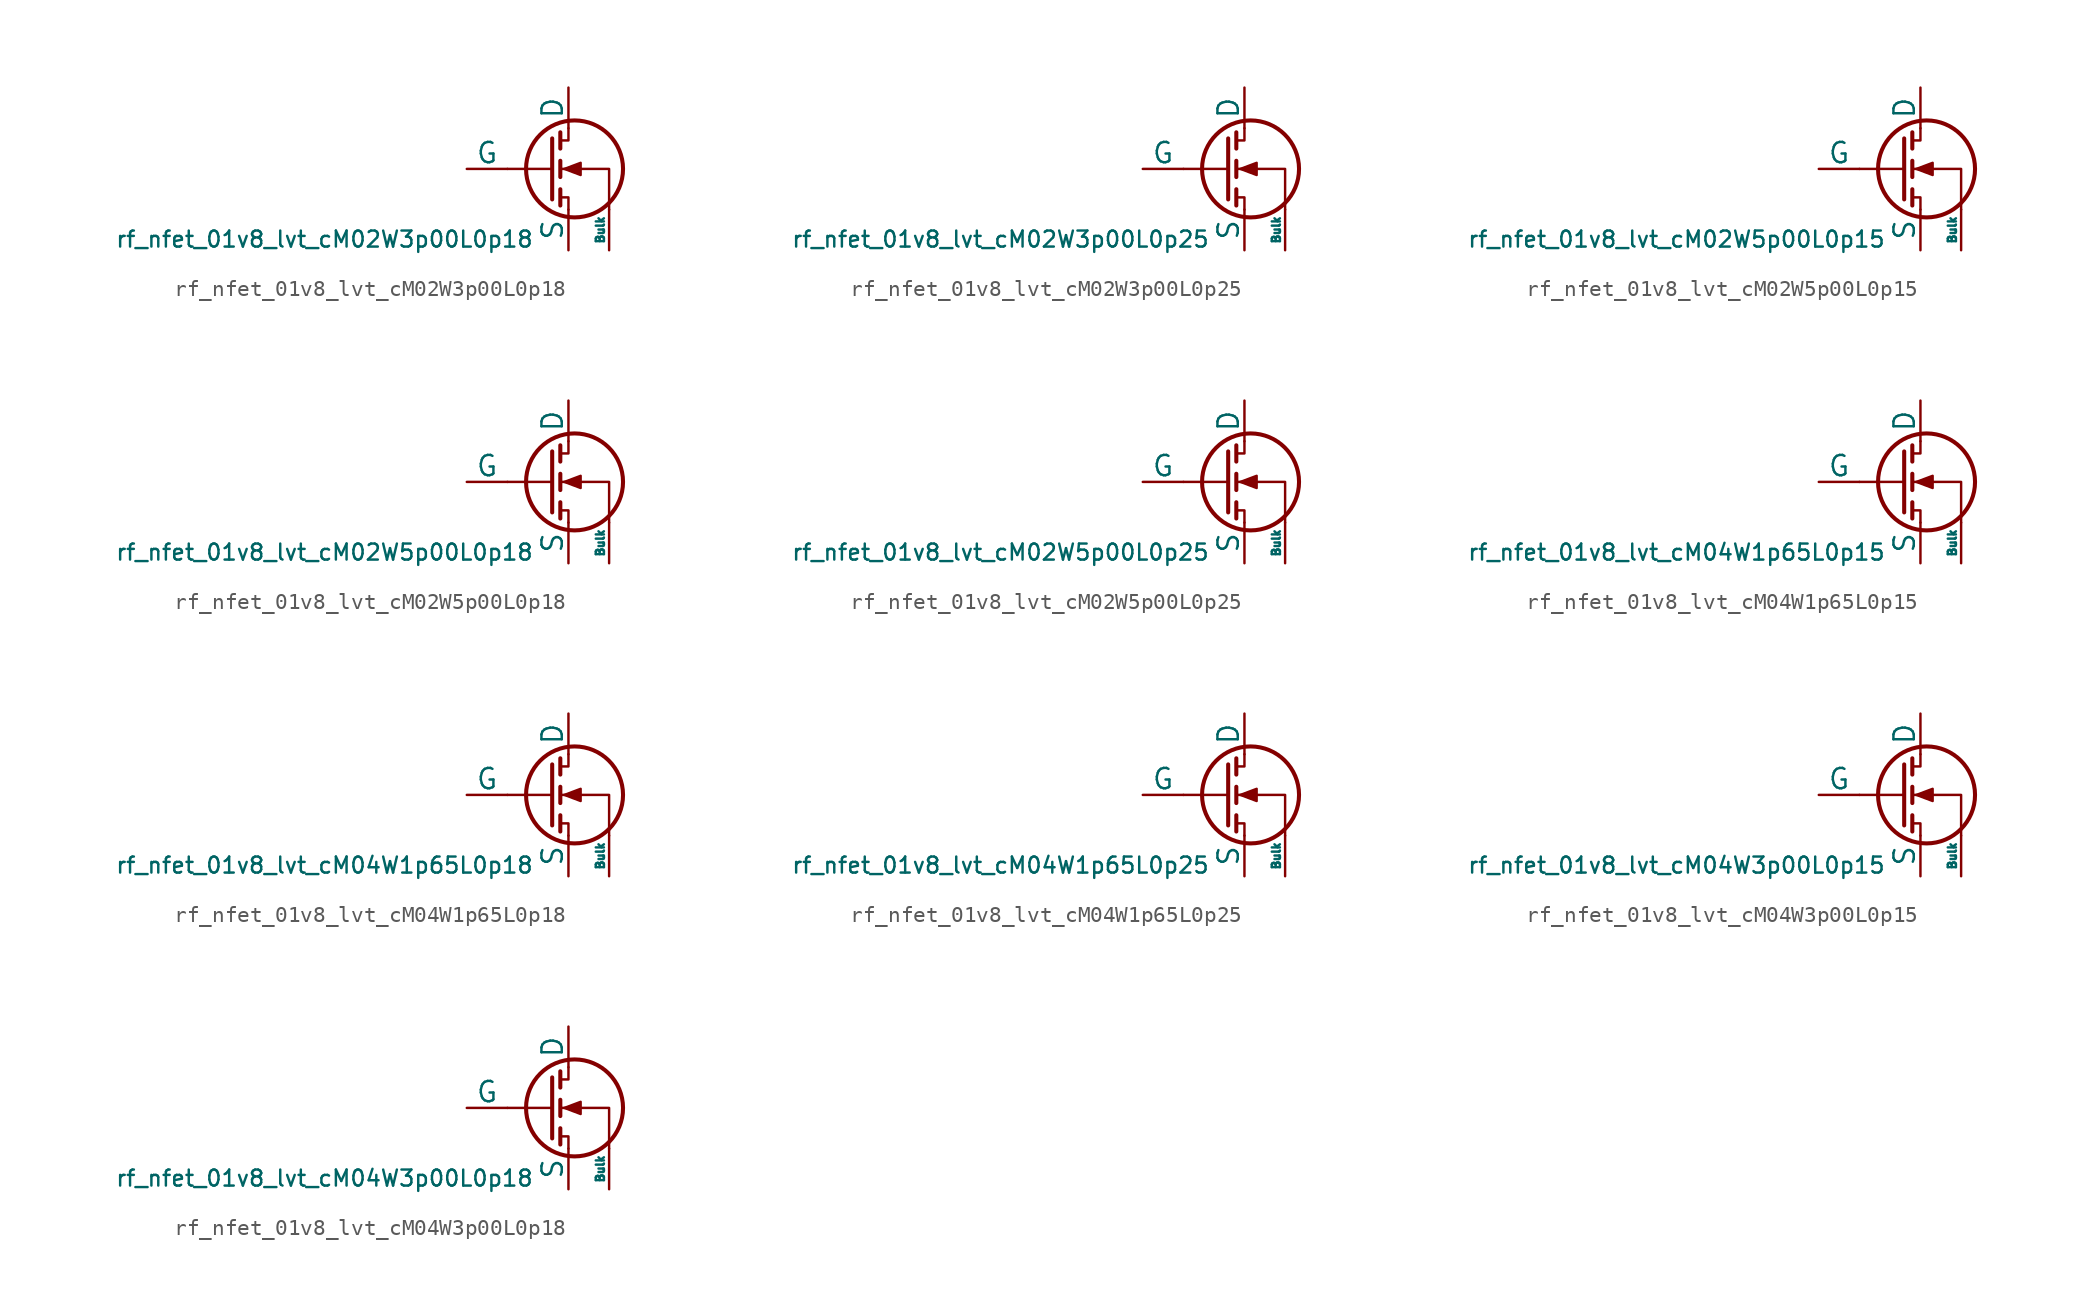
<source format=kicad_sym>
(kicad_symbol_lib
  (version 20211014)
  (generator pdk2kicad)
  (symbol "rf_nfet_01v8_lvt_cM02W3p00L0p18"
    (pin_numbers hide)
    (pin_names
      (offset 0))
    (property "Reference" "Q"
      (at 0 0 0)
      (effects (font (size 1 1)) hide))
    (property "Value" "rf_nfet_01v8_lvt_cM02W3p00L0p18"
      (at -12.7 -3.81 0)
      (effects (font (size 1 1)) (justify top)))
    (polyline
      (pts (xy 1.524 0) (xy -1.27 0))
      (stroke (width 0) (type default))
      (fill (type none)))
    (polyline
      (pts (xy 1.524 1.905) (xy 1.524 -1.905))
      (stroke (width 0.254) (type default))
      (fill (type none)))
    (polyline
      (pts (xy 2.032 -1.27) (xy 2.032 -2.286))
      (stroke (width 0.254) (type default))
      (fill (type none)))
    (polyline
      (pts (xy 2.032 0.508) (xy 2.032 -0.508))
      (stroke (width 0.254) (type default))
      (fill (type none)))
    (polyline
      (pts (xy 2.032 2.286) (xy 2.032 1.27))
      (stroke (width 0.254) (type default))
      (fill (type none)))
    (polyline
      (pts (xy 2.032 1.778) (xy 2.54 1.778) (xy 2.54 2.54))
      (stroke (width 0) (type default))
      (fill (type none)))
    (polyline
      (pts (xy 2.54 -2.54) (xy 2.54 -1.778) (xy 2.032 -1.778))
      (stroke (width 0) (type default))
      (fill (type none)))
    (polyline
      (pts (xy 5.08 -2.54) (xy 5.08 0) (xy 2.032 0))
      (stroke (width 0) (type default))
      (fill (type none)))
    (polyline
      (pts (xy 2.286 0) (xy 3.302 0.381) (xy 3.302 -0.381) (xy 2.286 0))
      (stroke (width 0) (type default))
      (fill (type outline)))
    (circle
      (center 2.921 0)
      (radius 3.029)
      (stroke (width 0.254) (type default))
      (fill (type none)))
    (pin passive line
      (at 2.54 5.08 270)
      (length 2.54)
      (name "D" (effects (font (size 1.27 1.27))))
      (number "1" (effects (font (size 1.27 1.27)))))
    (pin input line
      (at -3.81 0 0)
      (length 2.54)
      (name "G" (effects (font (size 1.27 1.27))))
      (number "2" (effects (font (size 1.27 1.27)))))
    (pin passive line
      (at 2.54 -5.08 90)
      (length 2.54)
      (name "S" (effects (font (size 1.27 1.27))))
      (number "3" (effects (font (size 1.27 1.27)))))
    (pin input line
      (at 5.08 -5.08 90)
      (length 2.54)
      (name "Bulk" (effects (font (size 0.508 0.508))))
      (number "4" (effects (font (size 1.27 1.27))))))
  (symbol "rf_nfet_01v8_lvt_cM02W3p00L0p25"
    (pin_numbers hide)
    (pin_names
      (offset 0))
    (property "Reference" "Q"
      (at 0 0 0)
      (effects (font (size 1 1)) hide))
    (property "Value" "rf_nfet_01v8_lvt_cM02W3p00L0p25"
      (at -12.7 -3.81 0)
      (effects (font (size 1 1)) (justify top)))
    (polyline
      (pts (xy 1.524 0) (xy -1.27 0))
      (stroke (width 0) (type default))
      (fill (type none)))
    (polyline
      (pts (xy 1.524 1.905) (xy 1.524 -1.905))
      (stroke (width 0.254) (type default))
      (fill (type none)))
    (polyline
      (pts (xy 2.032 -1.27) (xy 2.032 -2.286))
      (stroke (width 0.254) (type default))
      (fill (type none)))
    (polyline
      (pts (xy 2.032 0.508) (xy 2.032 -0.508))
      (stroke (width 0.254) (type default))
      (fill (type none)))
    (polyline
      (pts (xy 2.032 2.286) (xy 2.032 1.27))
      (stroke (width 0.254) (type default))
      (fill (type none)))
    (polyline
      (pts (xy 2.032 1.778) (xy 2.54 1.778) (xy 2.54 2.54))
      (stroke (width 0) (type default))
      (fill (type none)))
    (polyline
      (pts (xy 2.54 -2.54) (xy 2.54 -1.778) (xy 2.032 -1.778))
      (stroke (width 0) (type default))
      (fill (type none)))
    (polyline
      (pts (xy 5.08 -2.54) (xy 5.08 0) (xy 2.032 0))
      (stroke (width 0) (type default))
      (fill (type none)))
    (polyline
      (pts (xy 2.286 0) (xy 3.302 0.381) (xy 3.302 -0.381) (xy 2.286 0))
      (stroke (width 0) (type default))
      (fill (type outline)))
    (circle
      (center 2.921 0)
      (radius 3.029)
      (stroke (width 0.254) (type default))
      (fill (type none)))
    (pin passive line
      (at 2.54 5.08 270)
      (length 2.54)
      (name "D" (effects (font (size 1.27 1.27))))
      (number "1" (effects (font (size 1.27 1.27)))))
    (pin input line
      (at -3.81 0 0)
      (length 2.54)
      (name "G" (effects (font (size 1.27 1.27))))
      (number "2" (effects (font (size 1.27 1.27)))))
    (pin passive line
      (at 2.54 -5.08 90)
      (length 2.54)
      (name "S" (effects (font (size 1.27 1.27))))
      (number "3" (effects (font (size 1.27 1.27)))))
    (pin input line
      (at 5.08 -5.08 90)
      (length 2.54)
      (name "Bulk" (effects (font (size 0.508 0.508))))
      (number "4" (effects (font (size 1.27 1.27))))))
  (symbol "rf_nfet_01v8_lvt_cM02W5p00L0p15"
    (pin_numbers hide)
    (pin_names
      (offset 0))
    (property "Reference" "Q"
      (at 0 0 0)
      (effects (font (size 1 1)) hide))
    (property "Value" "rf_nfet_01v8_lvt_cM02W5p00L0p15"
      (at -12.7 -3.81 0)
      (effects (font (size 1 1)) (justify top)))
    (polyline
      (pts (xy 1.524 0) (xy -1.27 0))
      (stroke (width 0) (type default))
      (fill (type none)))
    (polyline
      (pts (xy 1.524 1.905) (xy 1.524 -1.905))
      (stroke (width 0.254) (type default))
      (fill (type none)))
    (polyline
      (pts (xy 2.032 -1.27) (xy 2.032 -2.286))
      (stroke (width 0.254) (type default))
      (fill (type none)))
    (polyline
      (pts (xy 2.032 0.508) (xy 2.032 -0.508))
      (stroke (width 0.254) (type default))
      (fill (type none)))
    (polyline
      (pts (xy 2.032 2.286) (xy 2.032 1.27))
      (stroke (width 0.254) (type default))
      (fill (type none)))
    (polyline
      (pts (xy 2.032 1.778) (xy 2.54 1.778) (xy 2.54 2.54))
      (stroke (width 0) (type default))
      (fill (type none)))
    (polyline
      (pts (xy 2.54 -2.54) (xy 2.54 -1.778) (xy 2.032 -1.778))
      (stroke (width 0) (type default))
      (fill (type none)))
    (polyline
      (pts (xy 5.08 -2.54) (xy 5.08 0) (xy 2.032 0))
      (stroke (width 0) (type default))
      (fill (type none)))
    (polyline
      (pts (xy 2.286 0) (xy 3.302 0.381) (xy 3.302 -0.381) (xy 2.286 0))
      (stroke (width 0) (type default))
      (fill (type outline)))
    (circle
      (center 2.921 0)
      (radius 3.029)
      (stroke (width 0.254) (type default))
      (fill (type none)))
    (pin passive line
      (at 2.54 5.08 270)
      (length 2.54)
      (name "D" (effects (font (size 1.27 1.27))))
      (number "1" (effects (font (size 1.27 1.27)))))
    (pin input line
      (at -3.81 0 0)
      (length 2.54)
      (name "G" (effects (font (size 1.27 1.27))))
      (number "2" (effects (font (size 1.27 1.27)))))
    (pin passive line
      (at 2.54 -5.08 90)
      (length 2.54)
      (name "S" (effects (font (size 1.27 1.27))))
      (number "3" (effects (font (size 1.27 1.27)))))
    (pin input line
      (at 5.08 -5.08 90)
      (length 2.54)
      (name "Bulk" (effects (font (size 0.508 0.508))))
      (number "4" (effects (font (size 1.27 1.27))))))
  (symbol "rf_nfet_01v8_lvt_cM02W5p00L0p18"
    (pin_numbers hide)
    (pin_names
      (offset 0))
    (property "Reference" "Q"
      (at 0 0 0)
      (effects (font (size 1 1)) hide))
    (property "Value" "rf_nfet_01v8_lvt_cM02W5p00L0p18"
      (at -12.7 -3.81 0)
      (effects (font (size 1 1)) (justify top)))
    (polyline
      (pts (xy 1.524 0) (xy -1.27 0))
      (stroke (width 0) (type default))
      (fill (type none)))
    (polyline
      (pts (xy 1.524 1.905) (xy 1.524 -1.905))
      (stroke (width 0.254) (type default))
      (fill (type none)))
    (polyline
      (pts (xy 2.032 -1.27) (xy 2.032 -2.286))
      (stroke (width 0.254) (type default))
      (fill (type none)))
    (polyline
      (pts (xy 2.032 0.508) (xy 2.032 -0.508))
      (stroke (width 0.254) (type default))
      (fill (type none)))
    (polyline
      (pts (xy 2.032 2.286) (xy 2.032 1.27))
      (stroke (width 0.254) (type default))
      (fill (type none)))
    (polyline
      (pts (xy 2.032 1.778) (xy 2.54 1.778) (xy 2.54 2.54))
      (stroke (width 0) (type default))
      (fill (type none)))
    (polyline
      (pts (xy 2.54 -2.54) (xy 2.54 -1.778) (xy 2.032 -1.778))
      (stroke (width 0) (type default))
      (fill (type none)))
    (polyline
      (pts (xy 5.08 -2.54) (xy 5.08 0) (xy 2.032 0))
      (stroke (width 0) (type default))
      (fill (type none)))
    (polyline
      (pts (xy 2.286 0) (xy 3.302 0.381) (xy 3.302 -0.381) (xy 2.286 0))
      (stroke (width 0) (type default))
      (fill (type outline)))
    (circle
      (center 2.921 0)
      (radius 3.029)
      (stroke (width 0.254) (type default))
      (fill (type none)))
    (pin passive line
      (at 2.54 5.08 270)
      (length 2.54)
      (name "D" (effects (font (size 1.27 1.27))))
      (number "1" (effects (font (size 1.27 1.27)))))
    (pin input line
      (at -3.81 0 0)
      (length 2.54)
      (name "G" (effects (font (size 1.27 1.27))))
      (number "2" (effects (font (size 1.27 1.27)))))
    (pin passive line
      (at 2.54 -5.08 90)
      (length 2.54)
      (name "S" (effects (font (size 1.27 1.27))))
      (number "3" (effects (font (size 1.27 1.27)))))
    (pin input line
      (at 5.08 -5.08 90)
      (length 2.54)
      (name "Bulk" (effects (font (size 0.508 0.508))))
      (number "4" (effects (font (size 1.27 1.27))))))
  (symbol "rf_nfet_01v8_lvt_cM02W5p00L0p25"
    (pin_numbers hide)
    (pin_names
      (offset 0))
    (property "Reference" "Q"
      (at 0 0 0)
      (effects (font (size 1 1)) hide))
    (property "Value" "rf_nfet_01v8_lvt_cM02W5p00L0p25"
      (at -12.7 -3.81 0)
      (effects (font (size 1 1)) (justify top)))
    (polyline
      (pts (xy 1.524 0) (xy -1.27 0))
      (stroke (width 0) (type default))
      (fill (type none)))
    (polyline
      (pts (xy 1.524 1.905) (xy 1.524 -1.905))
      (stroke (width 0.254) (type default))
      (fill (type none)))
    (polyline
      (pts (xy 2.032 -1.27) (xy 2.032 -2.286))
      (stroke (width 0.254) (type default))
      (fill (type none)))
    (polyline
      (pts (xy 2.032 0.508) (xy 2.032 -0.508))
      (stroke (width 0.254) (type default))
      (fill (type none)))
    (polyline
      (pts (xy 2.032 2.286) (xy 2.032 1.27))
      (stroke (width 0.254) (type default))
      (fill (type none)))
    (polyline
      (pts (xy 2.032 1.778) (xy 2.54 1.778) (xy 2.54 2.54))
      (stroke (width 0) (type default))
      (fill (type none)))
    (polyline
      (pts (xy 2.54 -2.54) (xy 2.54 -1.778) (xy 2.032 -1.778))
      (stroke (width 0) (type default))
      (fill (type none)))
    (polyline
      (pts (xy 5.08 -2.54) (xy 5.08 0) (xy 2.032 0))
      (stroke (width 0) (type default))
      (fill (type none)))
    (polyline
      (pts (xy 2.286 0) (xy 3.302 0.381) (xy 3.302 -0.381) (xy 2.286 0))
      (stroke (width 0) (type default))
      (fill (type outline)))
    (circle
      (center 2.921 0)
      (radius 3.029)
      (stroke (width 0.254) (type default))
      (fill (type none)))
    (pin passive line
      (at 2.54 5.08 270)
      (length 2.54)
      (name "D" (effects (font (size 1.27 1.27))))
      (number "1" (effects (font (size 1.27 1.27)))))
    (pin input line
      (at -3.81 0 0)
      (length 2.54)
      (name "G" (effects (font (size 1.27 1.27))))
      (number "2" (effects (font (size 1.27 1.27)))))
    (pin passive line
      (at 2.54 -5.08 90)
      (length 2.54)
      (name "S" (effects (font (size 1.27 1.27))))
      (number "3" (effects (font (size 1.27 1.27)))))
    (pin input line
      (at 5.08 -5.08 90)
      (length 2.54)
      (name "Bulk" (effects (font (size 0.508 0.508))))
      (number "4" (effects (font (size 1.27 1.27))))))
  (symbol "rf_nfet_01v8_lvt_cM04W1p65L0p15"
    (pin_numbers hide)
    (pin_names
      (offset 0))
    (property "Reference" "Q"
      (at 0 0 0)
      (effects (font (size 1 1)) hide))
    (property "Value" "rf_nfet_01v8_lvt_cM04W1p65L0p15"
      (at -12.7 -3.81 0)
      (effects (font (size 1 1)) (justify top)))
    (polyline
      (pts (xy 1.524 0) (xy -1.27 0))
      (stroke (width 0) (type default))
      (fill (type none)))
    (polyline
      (pts (xy 1.524 1.905) (xy 1.524 -1.905))
      (stroke (width 0.254) (type default))
      (fill (type none)))
    (polyline
      (pts (xy 2.032 -1.27) (xy 2.032 -2.286))
      (stroke (width 0.254) (type default))
      (fill (type none)))
    (polyline
      (pts (xy 2.032 0.508) (xy 2.032 -0.508))
      (stroke (width 0.254) (type default))
      (fill (type none)))
    (polyline
      (pts (xy 2.032 2.286) (xy 2.032 1.27))
      (stroke (width 0.254) (type default))
      (fill (type none)))
    (polyline
      (pts (xy 2.032 1.778) (xy 2.54 1.778) (xy 2.54 2.54))
      (stroke (width 0) (type default))
      (fill (type none)))
    (polyline
      (pts (xy 2.54 -2.54) (xy 2.54 -1.778) (xy 2.032 -1.778))
      (stroke (width 0) (type default))
      (fill (type none)))
    (polyline
      (pts (xy 5.08 -2.54) (xy 5.08 0) (xy 2.032 0))
      (stroke (width 0) (type default))
      (fill (type none)))
    (polyline
      (pts (xy 2.286 0) (xy 3.302 0.381) (xy 3.302 -0.381) (xy 2.286 0))
      (stroke (width 0) (type default))
      (fill (type outline)))
    (circle
      (center 2.921 0)
      (radius 3.029)
      (stroke (width 0.254) (type default))
      (fill (type none)))
    (pin passive line
      (at 2.54 5.08 270)
      (length 2.54)
      (name "D" (effects (font (size 1.27 1.27))))
      (number "1" (effects (font (size 1.27 1.27)))))
    (pin input line
      (at -3.81 0 0)
      (length 2.54)
      (name "G" (effects (font (size 1.27 1.27))))
      (number "2" (effects (font (size 1.27 1.27)))))
    (pin passive line
      (at 2.54 -5.08 90)
      (length 2.54)
      (name "S" (effects (font (size 1.27 1.27))))
      (number "3" (effects (font (size 1.27 1.27)))))
    (pin input line
      (at 5.08 -5.08 90)
      (length 2.54)
      (name "Bulk" (effects (font (size 0.508 0.508))))
      (number "4" (effects (font (size 1.27 1.27))))))
  (symbol "rf_nfet_01v8_lvt_cM04W1p65L0p18"
    (pin_numbers hide)
    (pin_names
      (offset 0))
    (property "Reference" "Q"
      (at 0 0 0)
      (effects (font (size 1 1)) hide))
    (property "Value" "rf_nfet_01v8_lvt_cM04W1p65L0p18"
      (at -12.7 -3.81 0)
      (effects (font (size 1 1)) (justify top)))
    (polyline
      (pts (xy 1.524 0) (xy -1.27 0))
      (stroke (width 0) (type default))
      (fill (type none)))
    (polyline
      (pts (xy 1.524 1.905) (xy 1.524 -1.905))
      (stroke (width 0.254) (type default))
      (fill (type none)))
    (polyline
      (pts (xy 2.032 -1.27) (xy 2.032 -2.286))
      (stroke (width 0.254) (type default))
      (fill (type none)))
    (polyline
      (pts (xy 2.032 0.508) (xy 2.032 -0.508))
      (stroke (width 0.254) (type default))
      (fill (type none)))
    (polyline
      (pts (xy 2.032 2.286) (xy 2.032 1.27))
      (stroke (width 0.254) (type default))
      (fill (type none)))
    (polyline
      (pts (xy 2.032 1.778) (xy 2.54 1.778) (xy 2.54 2.54))
      (stroke (width 0) (type default))
      (fill (type none)))
    (polyline
      (pts (xy 2.54 -2.54) (xy 2.54 -1.778) (xy 2.032 -1.778))
      (stroke (width 0) (type default))
      (fill (type none)))
    (polyline
      (pts (xy 5.08 -2.54) (xy 5.08 0) (xy 2.032 0))
      (stroke (width 0) (type default))
      (fill (type none)))
    (polyline
      (pts (xy 2.286 0) (xy 3.302 0.381) (xy 3.302 -0.381) (xy 2.286 0))
      (stroke (width 0) (type default))
      (fill (type outline)))
    (circle
      (center 2.921 0)
      (radius 3.029)
      (stroke (width 0.254) (type default))
      (fill (type none)))
    (pin passive line
      (at 2.54 5.08 270)
      (length 2.54)
      (name "D" (effects (font (size 1.27 1.27))))
      (number "1" (effects (font (size 1.27 1.27)))))
    (pin input line
      (at -3.81 0 0)
      (length 2.54)
      (name "G" (effects (font (size 1.27 1.27))))
      (number "2" (effects (font (size 1.27 1.27)))))
    (pin passive line
      (at 2.54 -5.08 90)
      (length 2.54)
      (name "S" (effects (font (size 1.27 1.27))))
      (number "3" (effects (font (size 1.27 1.27)))))
    (pin input line
      (at 5.08 -5.08 90)
      (length 2.54)
      (name "Bulk" (effects (font (size 0.508 0.508))))
      (number "4" (effects (font (size 1.27 1.27))))))
  (symbol "rf_nfet_01v8_lvt_cM04W1p65L0p25"
    (pin_numbers hide)
    (pin_names
      (offset 0))
    (property "Reference" "Q"
      (at 0 0 0)
      (effects (font (size 1 1)) hide))
    (property "Value" "rf_nfet_01v8_lvt_cM04W1p65L0p25"
      (at -12.7 -3.81 0)
      (effects (font (size 1 1)) (justify top)))
    (polyline
      (pts (xy 1.524 0) (xy -1.27 0))
      (stroke (width 0) (type default))
      (fill (type none)))
    (polyline
      (pts (xy 1.524 1.905) (xy 1.524 -1.905))
      (stroke (width 0.254) (type default))
      (fill (type none)))
    (polyline
      (pts (xy 2.032 -1.27) (xy 2.032 -2.286))
      (stroke (width 0.254) (type default))
      (fill (type none)))
    (polyline
      (pts (xy 2.032 0.508) (xy 2.032 -0.508))
      (stroke (width 0.254) (type default))
      (fill (type none)))
    (polyline
      (pts (xy 2.032 2.286) (xy 2.032 1.27))
      (stroke (width 0.254) (type default))
      (fill (type none)))
    (polyline
      (pts (xy 2.032 1.778) (xy 2.54 1.778) (xy 2.54 2.54))
      (stroke (width 0) (type default))
      (fill (type none)))
    (polyline
      (pts (xy 2.54 -2.54) (xy 2.54 -1.778) (xy 2.032 -1.778))
      (stroke (width 0) (type default))
      (fill (type none)))
    (polyline
      (pts (xy 5.08 -2.54) (xy 5.08 0) (xy 2.032 0))
      (stroke (width 0) (type default))
      (fill (type none)))
    (polyline
      (pts (xy 2.286 0) (xy 3.302 0.381) (xy 3.302 -0.381) (xy 2.286 0))
      (stroke (width 0) (type default))
      (fill (type outline)))
    (circle
      (center 2.921 0)
      (radius 3.029)
      (stroke (width 0.254) (type default))
      (fill (type none)))
    (pin passive line
      (at 2.54 5.08 270)
      (length 2.54)
      (name "D" (effects (font (size 1.27 1.27))))
      (number "1" (effects (font (size 1.27 1.27)))))
    (pin input line
      (at -3.81 0 0)
      (length 2.54)
      (name "G" (effects (font (size 1.27 1.27))))
      (number "2" (effects (font (size 1.27 1.27)))))
    (pin passive line
      (at 2.54 -5.08 90)
      (length 2.54)
      (name "S" (effects (font (size 1.27 1.27))))
      (number "3" (effects (font (size 1.27 1.27)))))
    (pin input line
      (at 5.08 -5.08 90)
      (length 2.54)
      (name "Bulk" (effects (font (size 0.508 0.508))))
      (number "4" (effects (font (size 1.27 1.27))))))
  (symbol "rf_nfet_01v8_lvt_cM04W3p00L0p15"
    (pin_numbers hide)
    (pin_names
      (offset 0))
    (property "Reference" "Q"
      (at 0 0 0)
      (effects (font (size 1 1)) hide))
    (property "Value" "rf_nfet_01v8_lvt_cM04W3p00L0p15"
      (at -12.7 -3.81 0)
      (effects (font (size 1 1)) (justify top)))
    (polyline
      (pts (xy 1.524 0) (xy -1.27 0))
      (stroke (width 0) (type default))
      (fill (type none)))
    (polyline
      (pts (xy 1.524 1.905) (xy 1.524 -1.905))
      (stroke (width 0.254) (type default))
      (fill (type none)))
    (polyline
      (pts (xy 2.032 -1.27) (xy 2.032 -2.286))
      (stroke (width 0.254) (type default))
      (fill (type none)))
    (polyline
      (pts (xy 2.032 0.508) (xy 2.032 -0.508))
      (stroke (width 0.254) (type default))
      (fill (type none)))
    (polyline
      (pts (xy 2.032 2.286) (xy 2.032 1.27))
      (stroke (width 0.254) (type default))
      (fill (type none)))
    (polyline
      (pts (xy 2.032 1.778) (xy 2.54 1.778) (xy 2.54 2.54))
      (stroke (width 0) (type default))
      (fill (type none)))
    (polyline
      (pts (xy 2.54 -2.54) (xy 2.54 -1.778) (xy 2.032 -1.778))
      (stroke (width 0) (type default))
      (fill (type none)))
    (polyline
      (pts (xy 5.08 -2.54) (xy 5.08 0) (xy 2.032 0))
      (stroke (width 0) (type default))
      (fill (type none)))
    (polyline
      (pts (xy 2.286 0) (xy 3.302 0.381) (xy 3.302 -0.381) (xy 2.286 0))
      (stroke (width 0) (type default))
      (fill (type outline)))
    (circle
      (center 2.921 0)
      (radius 3.029)
      (stroke (width 0.254) (type default))
      (fill (type none)))
    (pin passive line
      (at 2.54 5.08 270)
      (length 2.54)
      (name "D" (effects (font (size 1.27 1.27))))
      (number "1" (effects (font (size 1.27 1.27)))))
    (pin input line
      (at -3.81 0 0)
      (length 2.54)
      (name "G" (effects (font (size 1.27 1.27))))
      (number "2" (effects (font (size 1.27 1.27)))))
    (pin passive line
      (at 2.54 -5.08 90)
      (length 2.54)
      (name "S" (effects (font (size 1.27 1.27))))
      (number "3" (effects (font (size 1.27 1.27)))))
    (pin input line
      (at 5.08 -5.08 90)
      (length 2.54)
      (name "Bulk" (effects (font (size 0.508 0.508))))
      (number "4" (effects (font (size 1.27 1.27))))))
  (symbol "rf_nfet_01v8_lvt_cM04W3p00L0p18"
    (pin_numbers hide)
    (pin_names
      (offset 0))
    (property "Reference" "Q"
      (at 0 0 0)
      (effects (font (size 1 1)) hide))
    (property "Value" "rf_nfet_01v8_lvt_cM04W3p00L0p18"
      (at -12.7 -3.81 0)
      (effects (font (size 1 1)) (justify top)))
    (polyline
      (pts (xy 1.524 0) (xy -1.27 0))
      (stroke (width 0) (type default))
      (fill (type none)))
    (polyline
      (pts (xy 1.524 1.905) (xy 1.524 -1.905))
      (stroke (width 0.254) (type default))
      (fill (type none)))
    (polyline
      (pts (xy 2.032 -1.27) (xy 2.032 -2.286))
      (stroke (width 0.254) (type default))
      (fill (type none)))
    (polyline
      (pts (xy 2.032 0.508) (xy 2.032 -0.508))
      (stroke (width 0.254) (type default))
      (fill (type none)))
    (polyline
      (pts (xy 2.032 2.286) (xy 2.032 1.27))
      (stroke (width 0.254) (type default))
      (fill (type none)))
    (polyline
      (pts (xy 2.032 1.778) (xy 2.54 1.778) (xy 2.54 2.54))
      (stroke (width 0) (type default))
      (fill (type none)))
    (polyline
      (pts (xy 2.54 -2.54) (xy 2.54 -1.778) (xy 2.032 -1.778))
      (stroke (width 0) (type default))
      (fill (type none)))
    (polyline
      (pts (xy 5.08 -2.54) (xy 5.08 0) (xy 2.032 0))
      (stroke (width 0) (type default))
      (fill (type none)))
    (polyline
      (pts (xy 2.286 0) (xy 3.302 0.381) (xy 3.302 -0.381) (xy 2.286 0))
      (stroke (width 0) (type default))
      (fill (type outline)))
    (circle
      (center 2.921 0)
      (radius 3.029)
      (stroke (width 0.254) (type default))
      (fill (type none)))
    (pin passive line
      (at 2.54 5.08 270)
      (length 2.54)
      (name "D" (effects (font (size 1.27 1.27))))
      (number "1" (effects (font (size 1.27 1.27)))))
    (pin input line
      (at -3.81 0 0)
      (length 2.54)
      (name "G" (effects (font (size 1.27 1.27))))
      (number "2" (effects (font (size 1.27 1.27)))))
    (pin passive line
      (at 2.54 -5.08 90)
      (length 2.54)
      (name "S" (effects (font (size 1.27 1.27))))
      (number "3" (effects (font (size 1.27 1.27)))))
    (pin input line
      (at 5.08 -5.08 90)
      (length 2.54)
      (name "Bulk" (effects (font (size 0.508 0.508))))
      (number "4" (effects (font (size 1.27 1.27)))))))
</source>
